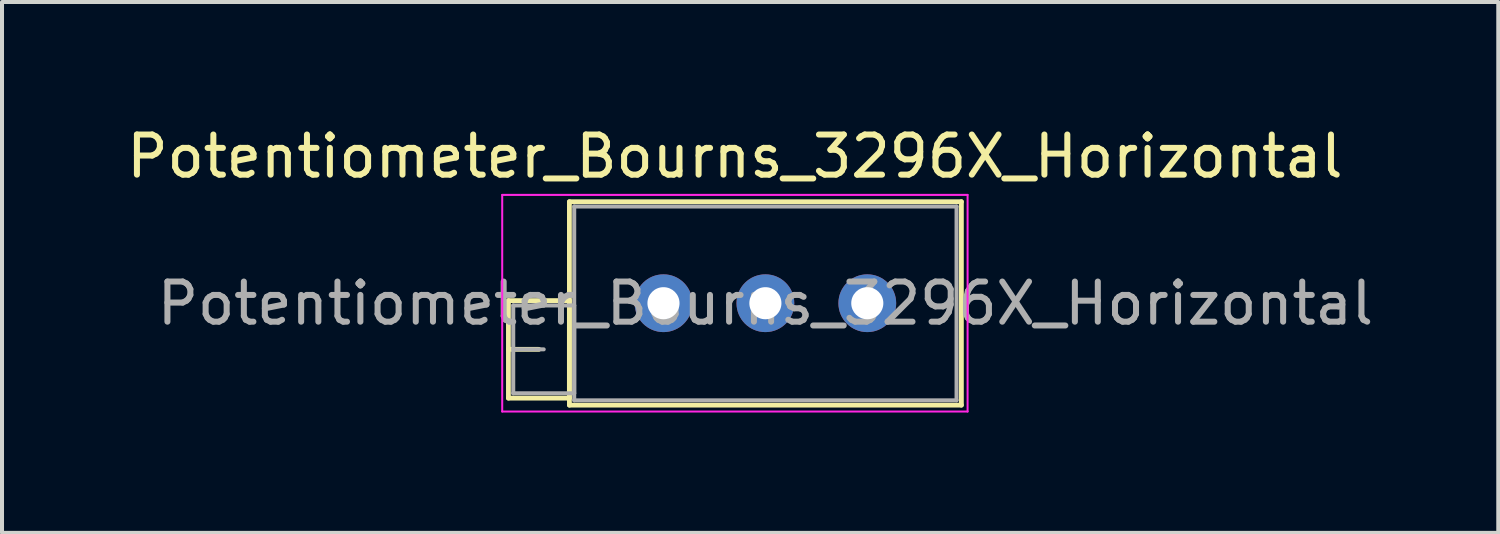
<source format=kicad_pcb>
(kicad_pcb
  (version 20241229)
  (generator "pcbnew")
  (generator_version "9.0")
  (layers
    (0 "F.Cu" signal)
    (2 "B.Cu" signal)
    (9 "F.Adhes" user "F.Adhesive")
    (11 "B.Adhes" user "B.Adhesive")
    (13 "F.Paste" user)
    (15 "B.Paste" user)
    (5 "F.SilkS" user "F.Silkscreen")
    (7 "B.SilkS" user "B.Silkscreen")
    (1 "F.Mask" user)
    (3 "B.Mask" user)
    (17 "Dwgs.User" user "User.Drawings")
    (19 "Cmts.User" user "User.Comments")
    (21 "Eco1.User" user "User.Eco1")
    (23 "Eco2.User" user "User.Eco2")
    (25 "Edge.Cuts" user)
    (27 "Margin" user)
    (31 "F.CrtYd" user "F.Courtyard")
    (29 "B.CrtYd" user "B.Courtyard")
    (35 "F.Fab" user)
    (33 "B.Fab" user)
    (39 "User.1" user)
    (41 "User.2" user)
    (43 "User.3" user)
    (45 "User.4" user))
  (footprint "Potentiometer_Bourns_3296X_Horizontal"
    (layer "F.Cu")
    (at 18.568 4.508)
    (property "Reference" "Potentiometer_Bourns_3296X_Horizontal" (at -3.3 -3.66 0) (layer "F.SilkS") (effects (font (size 1 1) (thickness 0.15))))
    (attr through_hole)
    (fp_line (start -8.945 -0.065) (end -8.945 2.365) (stroke (width 0.12) (type solid)) (layer "F.SilkS"))
    (fp_line (start -8.945 -0.065) (end -7.426 -0.065) (stroke (width 0.12) (type solid)) (layer "F.SilkS"))
    (fp_line (start -8.945 1.15) (end -8.186 1.15) (stroke (width 0.12) (type solid)) (layer "F.SilkS"))
    (fp_line (start -8.945 2.365) (end -7.426 2.365) (stroke (width 0.12) (type solid)) (layer "F.SilkS"))
    (fp_line (start -7.426 -0.065) (end -7.426 2.365) (stroke (width 0.12) (type solid)) (layer "F.SilkS"))
    (fp_line (start -7.425 -2.53) (end -7.425 2.54) (stroke (width 0.12) (type solid)) (layer "F.SilkS"))
    (fp_line (start -7.425 -2.53) (end 2.345 -2.53) (stroke (width 0.12) (type solid)) (layer "F.SilkS"))
    (fp_line (start -7.425 2.54) (end 2.345 2.54) (stroke (width 0.12) (type solid)) (layer "F.SilkS"))
    (fp_line (start 2.345 -2.53) (end 2.345 2.54) (stroke (width 0.12) (type solid)) (layer "F.SilkS"))
    (fp_line (start -9.1 -2.7) (end -9.1 2.7) (stroke (width 0.05) (type solid)) (layer "F.CrtYd"))
    (fp_line (start -9.1 2.7) (end 2.5 2.7) (stroke (width 0.05) (type solid)) (layer "F.CrtYd"))
    (fp_line (start 2.5 -2.7) (end -9.1 -2.7) (stroke (width 0.05) (type solid)) (layer "F.CrtYd"))
    (fp_line (start 2.5 2.7) (end 2.5 -2.7) (stroke (width 0.05) (type solid)) (layer "F.CrtYd"))
    (fp_line (start -8.825 0.055) (end -8.825 2.245) (stroke (width 0.1) (type solid)) (layer "F.Fab"))
    (fp_line (start -8.825 1.15) (end -8.065 1.15) (stroke (width 0.1) (type solid)) (layer "F.Fab"))
    (fp_line (start -8.825 2.245) (end -7.305 2.245) (stroke (width 0.1) (type solid)) (layer "F.Fab"))
    (fp_line (start -7.305 -2.41) (end -7.305 2.42) (stroke (width 0.1) (type solid)) (layer "F.Fab"))
    (fp_line (start -7.305 0.055) (end -8.825 0.055) (stroke (width 0.1) (type solid)) (layer "F.Fab"))
    (fp_line (start -7.305 2.245) (end -7.305 0.055) (stroke (width 0.1) (type solid)) (layer "F.Fab"))
    (fp_line (start -7.305 2.42) (end 2.225 2.42) (stroke (width 0.1) (type solid)) (layer "F.Fab"))
    (fp_line (start 2.225 -2.41) (end -7.305 -2.41) (stroke (width 0.1) (type solid)) (layer "F.Fab"))
    (fp_line (start 2.225 2.42) (end 2.225 -2.41) (stroke (width 0.1) (type solid)) (layer "F.Fab"))
    (fp_text user "${REFERENCE}" (at -2.54 0.005 0) (layer "F.Fab") (effects (font (size 1 1) (thickness 0.15))))
    (pad "1" thru_hole circle (at 0 0) (size 1.44 1.44) (drill 0.8) (layers "*.Cu" "*.Mask"))
    (pad "2" thru_hole circle (at -2.54 0) (size 1.44 1.44) (drill 0.8) (layers "*.Cu" "*.Mask"))
    (pad "3" thru_hole circle (at -5.08 0) (size 1.44 1.44) (drill 0.8) (layers "*.Cu" "*.Mask")))
  (gr_rect
    (start -3 -3)
    (end 34.296 10.233)
    (stroke (width 0.1) (type default))
    (fill no)
    (layer "Edge.Cuts")))
</source>
